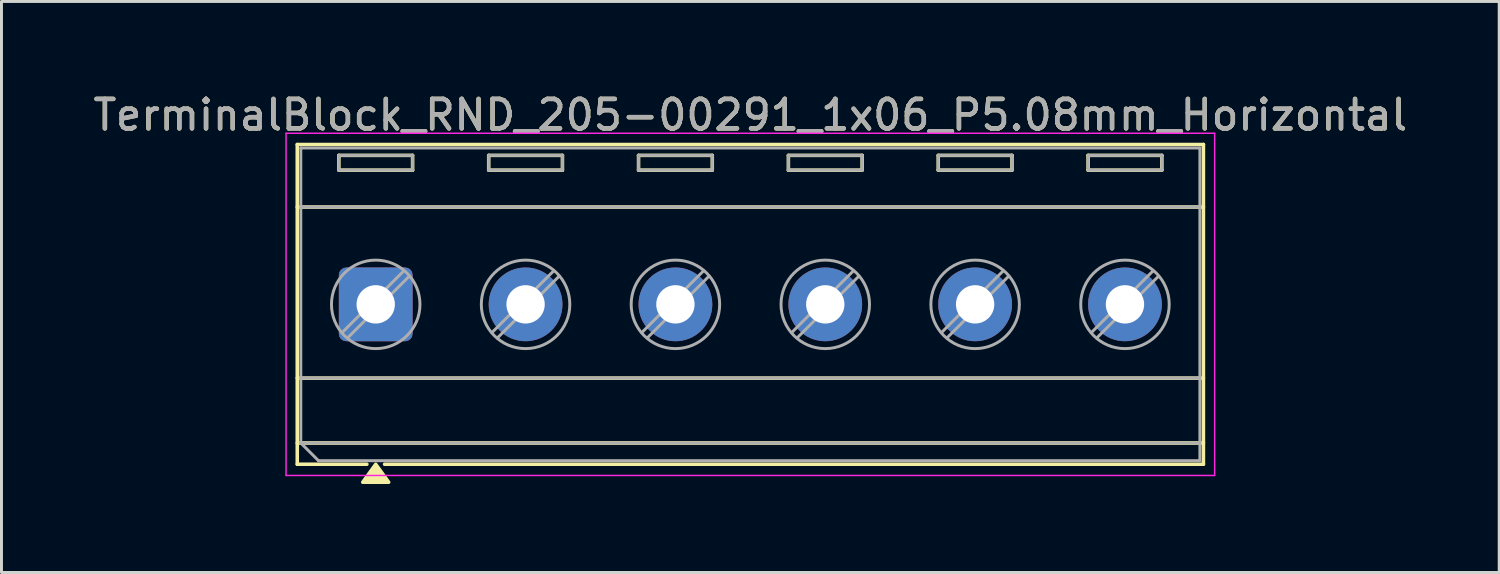
<source format=kicad_pcb>
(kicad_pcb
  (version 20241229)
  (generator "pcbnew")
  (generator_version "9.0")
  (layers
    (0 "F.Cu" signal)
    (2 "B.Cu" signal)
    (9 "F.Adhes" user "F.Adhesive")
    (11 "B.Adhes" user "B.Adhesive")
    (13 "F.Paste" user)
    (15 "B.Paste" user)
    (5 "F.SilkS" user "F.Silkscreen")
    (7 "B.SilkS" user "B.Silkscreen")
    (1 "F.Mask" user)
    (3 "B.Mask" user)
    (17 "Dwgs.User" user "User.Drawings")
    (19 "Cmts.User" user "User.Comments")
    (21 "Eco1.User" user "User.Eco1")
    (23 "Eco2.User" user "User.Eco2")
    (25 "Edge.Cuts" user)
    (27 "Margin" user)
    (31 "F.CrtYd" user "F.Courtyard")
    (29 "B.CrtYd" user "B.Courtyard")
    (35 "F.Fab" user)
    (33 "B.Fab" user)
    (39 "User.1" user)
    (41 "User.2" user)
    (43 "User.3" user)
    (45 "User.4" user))
  (footprint "TerminalBlock_RND_205-00291_1x06_P5.08mm_Horizontal"
    (layer "F.Cu")
    (at 9.687 7.268)
    (property "Reference" "TerminalBlock_RND_205-00291_1x06_P5.08mm_Horizontal" (at 12.7 -6.42 0) (layer "F.SilkS") (effects (font (size 1 1) (thickness 0.15))))
    (attr through_hole)
    (fp_line (start -2.66 -5.42) (end 28.06 -5.42) (stroke (width 0.12) (type solid)) (layer "F.SilkS"))
    (fp_line (start -2.66 -3.3) (end 28.06 -3.3) (stroke (width 0.12) (type solid)) (layer "F.SilkS"))
    (fp_line (start -2.66 2.5) (end 28.06 2.5) (stroke (width 0.12) (type solid)) (layer "F.SilkS"))
    (fp_line (start -2.66 4.7) (end 28.06 4.7) (stroke (width 0.12) (type solid)) (layer "F.SilkS"))
    (fp_line (start -2.66 5.42) (end -2.66 -5.42) (stroke (width 0.12) (type solid)) (layer "F.SilkS"))
    (fp_line (start -1.25 -5.05) (end 1.25 -5.05) (stroke (width 0.12) (type solid)) (layer "F.SilkS"))
    (fp_line (start -1.25 -4.55) (end -1.25 -5.05) (stroke (width 0.12) (type solid)) (layer "F.SilkS"))
    (fp_line (start -0.3 5.42) (end -2.66 5.42) (stroke (width 0.12) (type solid)) (layer "F.SilkS"))
    (fp_line (start 1.25 -5.05) (end 1.25 -4.55) (stroke (width 0.12) (type solid)) (layer "F.SilkS"))
    (fp_line (start 1.25 -4.55) (end -1.25 -4.55) (stroke (width 0.12) (type solid)) (layer "F.SilkS"))
    (fp_line (start 3.83 -5.05) (end 6.33 -5.05) (stroke (width 0.12) (type solid)) (layer "F.SilkS"))
    (fp_line (start 3.83 -4.55) (end 3.83 -5.05) (stroke (width 0.12) (type solid)) (layer "F.SilkS"))
    (fp_line (start 6.33 -5.05) (end 6.33 -4.55) (stroke (width 0.12) (type solid)) (layer "F.SilkS"))
    (fp_line (start 6.33 -4.55) (end 3.83 -4.55) (stroke (width 0.12) (type solid)) (layer "F.SilkS"))
    (fp_line (start 8.91 -5.05) (end 11.41 -5.05) (stroke (width 0.12) (type solid)) (layer "F.SilkS"))
    (fp_line (start 8.91 -4.55) (end 8.91 -5.05) (stroke (width 0.12) (type solid)) (layer "F.SilkS"))
    (fp_line (start 11.41 -5.05) (end 11.41 -4.55) (stroke (width 0.12) (type solid)) (layer "F.SilkS"))
    (fp_line (start 11.41 -4.55) (end 8.91 -4.55) (stroke (width 0.12) (type solid)) (layer "F.SilkS"))
    (fp_line (start 13.99 -5.05) (end 16.49 -5.05) (stroke (width 0.12) (type solid)) (layer "F.SilkS"))
    (fp_line (start 13.99 -4.55) (end 13.99 -5.05) (stroke (width 0.12) (type solid)) (layer "F.SilkS"))
    (fp_line (start 16.49 -5.05) (end 16.49 -4.55) (stroke (width 0.12) (type solid)) (layer "F.SilkS"))
    (fp_line (start 16.49 -4.55) (end 13.99 -4.55) (stroke (width 0.12) (type solid)) (layer "F.SilkS"))
    (fp_line (start 19.07 -5.05) (end 21.57 -5.05) (stroke (width 0.12) (type solid)) (layer "F.SilkS"))
    (fp_line (start 19.07 -4.55) (end 19.07 -5.05) (stroke (width 0.12) (type solid)) (layer "F.SilkS"))
    (fp_line (start 21.57 -5.05) (end 21.57 -4.55) (stroke (width 0.12) (type solid)) (layer "F.SilkS"))
    (fp_line (start 21.57 -4.55) (end 19.07 -4.55) (stroke (width 0.12) (type solid)) (layer "F.SilkS"))
    (fp_line (start 24.15 -5.05) (end 26.65 -5.05) (stroke (width 0.12) (type solid)) (layer "F.SilkS"))
    (fp_line (start 24.15 -4.55) (end 24.15 -5.05) (stroke (width 0.12) (type solid)) (layer "F.SilkS"))
    (fp_line (start 26.65 -5.05) (end 26.65 -4.55) (stroke (width 0.12) (type solid)) (layer "F.SilkS"))
    (fp_line (start 26.65 -4.55) (end 24.15 -4.55) (stroke (width 0.12) (type solid)) (layer "F.SilkS"))
    (fp_line (start 28.06 -5.42) (end 28.06 5.42) (stroke (width 0.12) (type solid)) (layer "F.SilkS"))
    (fp_line (start 28.06 5.42) (end 0.3 5.42) (stroke (width 0.12) (type solid)) (layer "F.SilkS"))
    (fp_poly (pts (xy 0 5.42) (xy 0.44 6.03) (xy -0.44 6.03)) (stroke (width 0.12) (type solid)) (fill yes) (layer "F.SilkS"))
    (fp_line (start -3.04 -5.8) (end -3.04 5.8) (stroke (width 0.05) (type solid)) (layer "F.CrtYd"))
    (fp_line (start -3.04 5.8) (end 28.44 5.8) (stroke (width 0.05) (type solid)) (layer "F.CrtYd"))
    (fp_line (start 28.44 -5.8) (end -3.04 -5.8) (stroke (width 0.05) (type solid)) (layer "F.CrtYd"))
    (fp_line (start 28.44 5.8) (end 28.44 -5.8) (stroke (width 0.05) (type solid)) (layer "F.CrtYd"))
    (fp_line (start -2.54 -5.3) (end 27.94 -5.3) (stroke (width 0.1) (type solid)) (layer "F.Fab"))
    (fp_line (start -2.54 -3.3) (end 27.94 -3.3) (stroke (width 0.1) (type solid)) (layer "F.Fab"))
    (fp_line (start -2.54 2.5) (end 27.94 2.5) (stroke (width 0.1) (type solid)) (layer "F.Fab"))
    (fp_line (start -2.54 4.7) (end -2.54 -5.3) (stroke (width 0.1) (type solid)) (layer "F.Fab"))
    (fp_line (start -2.54 4.7) (end 27.94 4.7) (stroke (width 0.1) (type solid)) (layer "F.Fab"))
    (fp_line (start -1.94 5.3) (end -2.54 4.7) (stroke (width 0.1) (type solid)) (layer "F.Fab"))
    (fp_line (start -1.25 -5.05) (end -1.25 -4.55) (stroke (width 0.1) (type solid)) (layer "F.Fab"))
    (fp_line (start -1.25 -4.55) (end 1.25 -4.55) (stroke (width 0.1) (type solid)) (layer "F.Fab"))
    (fp_line (start 0.955 -1.138) (end -1.138 0.955) (stroke (width 0.1) (type solid)) (layer "F.Fab"))
    (fp_line (start 1.138 -0.955) (end -0.955 1.138) (stroke (width 0.1) (type solid)) (layer "F.Fab"))
    (fp_line (start 1.25 -5.05) (end -1.25 -5.05) (stroke (width 0.1) (type solid)) (layer "F.Fab"))
    (fp_line (start 1.25 -4.55) (end 1.25 -5.05) (stroke (width 0.1) (type solid)) (layer "F.Fab"))
    (fp_line (start 3.83 -5.05) (end 3.83 -4.55) (stroke (width 0.1) (type solid)) (layer "F.Fab"))
    (fp_line (start 3.83 -4.55) (end 6.33 -4.55) (stroke (width 0.1) (type solid)) (layer "F.Fab"))
    (fp_line (start 6.035 -1.138) (end 3.942 0.955) (stroke (width 0.1) (type solid)) (layer "F.Fab"))
    (fp_line (start 6.218 -0.955) (end 4.125 1.138) (stroke (width 0.1) (type solid)) (layer "F.Fab"))
    (fp_line (start 6.33 -5.05) (end 3.83 -5.05) (stroke (width 0.1) (type solid)) (layer "F.Fab"))
    (fp_line (start 6.33 -4.55) (end 6.33 -5.05) (stroke (width 0.1) (type solid)) (layer "F.Fab"))
    (fp_line (start 8.91 -5.05) (end 8.91 -4.55) (stroke (width 0.1) (type solid)) (layer "F.Fab"))
    (fp_line (start 8.91 -4.55) (end 11.41 -4.55) (stroke (width 0.1) (type solid)) (layer "F.Fab"))
    (fp_line (start 11.115 -1.138) (end 9.022 0.955) (stroke (width 0.1) (type solid)) (layer "F.Fab"))
    (fp_line (start 11.298 -0.955) (end 9.205 1.138) (stroke (width 0.1) (type solid)) (layer "F.Fab"))
    (fp_line (start 11.41 -5.05) (end 8.91 -5.05) (stroke (width 0.1) (type solid)) (layer "F.Fab"))
    (fp_line (start 11.41 -4.55) (end 11.41 -5.05) (stroke (width 0.1) (type solid)) (layer "F.Fab"))
    (fp_line (start 13.99 -5.05) (end 13.99 -4.55) (stroke (width 0.1) (type solid)) (layer "F.Fab"))
    (fp_line (start 13.99 -4.55) (end 16.49 -4.55) (stroke (width 0.1) (type solid)) (layer "F.Fab"))
    (fp_line (start 16.195 -1.138) (end 14.102 0.955) (stroke (width 0.1) (type solid)) (layer "F.Fab"))
    (fp_line (start 16.378 -0.955) (end 14.285 1.138) (stroke (width 0.1) (type solid)) (layer "F.Fab"))
    (fp_line (start 16.49 -5.05) (end 13.99 -5.05) (stroke (width 0.1) (type solid)) (layer "F.Fab"))
    (fp_line (start 16.49 -4.55) (end 16.49 -5.05) (stroke (width 0.1) (type solid)) (layer "F.Fab"))
    (fp_line (start 19.07 -5.05) (end 19.07 -4.55) (stroke (width 0.1) (type solid)) (layer "F.Fab"))
    (fp_line (start 19.07 -4.55) (end 21.57 -4.55) (stroke (width 0.1) (type solid)) (layer "F.Fab"))
    (fp_line (start 21.275 -1.138) (end 19.182 0.955) (stroke (width 0.1) (type solid)) (layer "F.Fab"))
    (fp_line (start 21.458 -0.955) (end 19.365 1.138) (stroke (width 0.1) (type solid)) (layer "F.Fab"))
    (fp_line (start 21.57 -5.05) (end 19.07 -5.05) (stroke (width 0.1) (type solid)) (layer "F.Fab"))
    (fp_line (start 21.57 -4.55) (end 21.57 -5.05) (stroke (width 0.1) (type solid)) (layer "F.Fab"))
    (fp_line (start 24.15 -5.05) (end 24.15 -4.55) (stroke (width 0.1) (type solid)) (layer "F.Fab"))
    (fp_line (start 24.15 -4.55) (end 26.65 -4.55) (stroke (width 0.1) (type solid)) (layer "F.Fab"))
    (fp_line (start 26.355 -1.138) (end 24.262 0.955) (stroke (width 0.1) (type solid)) (layer "F.Fab"))
    (fp_line (start 26.538 -0.955) (end 24.445 1.138) (stroke (width 0.1) (type solid)) (layer "F.Fab"))
    (fp_line (start 26.65 -5.05) (end 24.15 -5.05) (stroke (width 0.1) (type solid)) (layer "F.Fab"))
    (fp_line (start 26.65 -4.55) (end 26.65 -5.05) (stroke (width 0.1) (type solid)) (layer "F.Fab"))
    (fp_line (start 27.94 -5.3) (end 27.94 5.3) (stroke (width 0.1) (type solid)) (layer "F.Fab"))
    (fp_line (start 27.94 5.3) (end -1.94 5.3) (stroke (width 0.1) (type solid)) (layer "F.Fab"))
    (fp_circle (center 0 0) (end 1.5 0) (stroke (width 0.1) (type solid)) (fill no) (layer "F.Fab"))
    (fp_circle (center 5.08 0) (end 6.58 0) (stroke (width 0.1) (type solid)) (fill no) (layer "F.Fab"))
    (fp_circle (center 10.16 0) (end 11.66 0) (stroke (width 0.1) (type solid)) (fill no) (layer "F.Fab"))
    (fp_circle (center 15.24 0) (end 16.74 0) (stroke (width 0.1) (type solid)) (fill no) (layer "F.Fab"))
    (fp_circle (center 20.32 0) (end 21.82 0) (stroke (width 0.1) (type solid)) (fill no) (layer "F.Fab"))
    (fp_circle (center 25.4 0) (end 26.9 0) (stroke (width 0.1) (type solid)) (fill no) (layer "F.Fab"))
    (fp_text user "${REFERENCE}" (at 12.7 -6.42 0) (layer "F.Fab") (effects (font (size 1 1) (thickness 0.15))))
    (pad "1" thru_hole roundrect (at 0 0) (size 2.5 2.5) (drill 1.3) (layers "*.Cu" "*.Mask") (roundrect_rratio 0.1))
    (pad "2" thru_hole circle (at 5.08 0) (size 2.5 2.5) (drill 1.3) (layers "*.Cu" "*.Mask"))
    (pad "3" thru_hole circle (at 10.16 0) (size 2.5 2.5) (drill 1.3) (layers "*.Cu" "*.Mask"))
    (pad "4" thru_hole circle (at 15.24 0) (size 2.5 2.5) (drill 1.3) (layers "*.Cu" "*.Mask"))
    (pad "5" thru_hole circle (at 20.32 0) (size 2.5 2.5) (drill 1.3) (layers "*.Cu" "*.Mask"))
    (pad "6" thru_hole circle (at 25.4 0) (size 2.5 2.5) (drill 1.3) (layers "*.Cu" "*.Mask")))
  (gr_rect
    (start -3 -3)
    (end 47.774 16.358)
    (stroke (width 0.1) (type default))
    (fill no)
    (layer "Edge.Cuts")))
</source>
